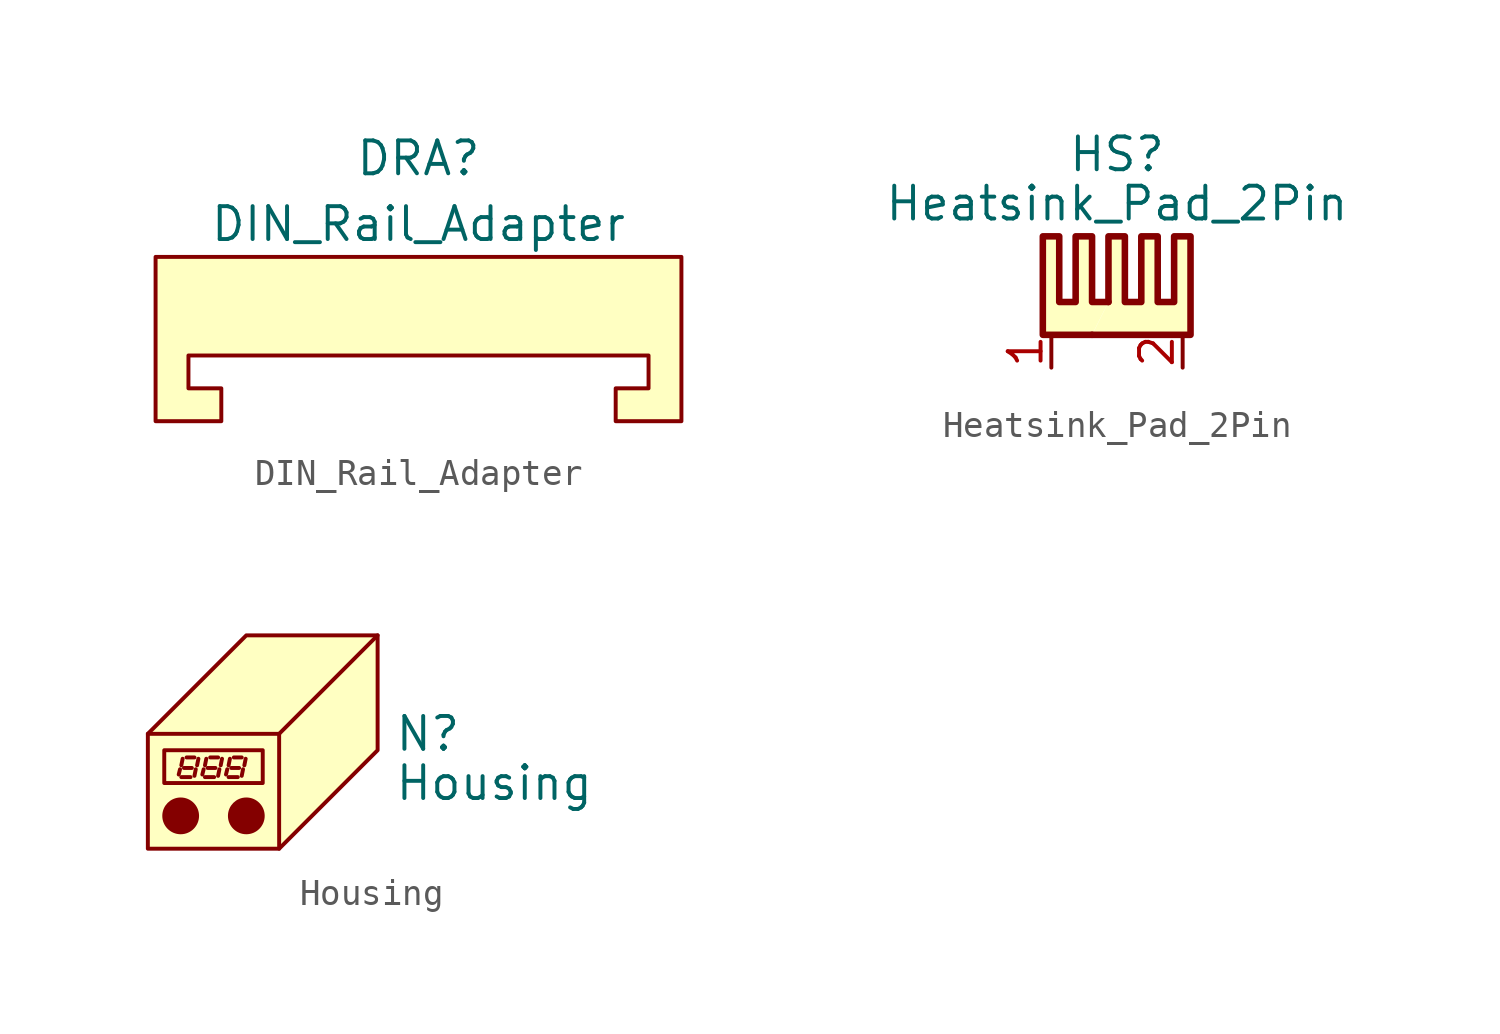
<source format=kicad_sym>
(kicad_symbol_lib
  (version 20231120)
  (generator "kicad_symbol_editor")
  (generator_version "8.0")
  (symbol "DIN_Rail_Adapter"
    (property "Reference" "DRA"
      (at 0 6.35 0)
      (effects (font (size 1.27 1.27))))
    (property "Value" "DIN_Rail_Adapter"
      (at 0 3.81 0)
      (effects (font (size 1.27 1.27))))
    (symbol "DIN_Rail_Adapter_0_1"
      (polyline (pts (xy 10.16 2.54) (xy -10.16 2.54) (xy -10.16 -3.81) (xy -7.62 -3.81) (xy -7.62 -2.54) (xy -8.89 -2.54) (xy -8.89 -1.27) (xy 8.89 -1.27) (xy 8.89 -2.54) (xy 7.62 -2.54) (xy 7.62 -3.81) (xy 10.16 -3.81) (xy 10.16 2.54) (xy -10.16 2.54)) (stroke (width 0) (type default)) (fill (type background)))))
  (symbol "Heatsink_Pad_2Pin"
    (pin_names
      (offset 0))
    (property "Reference" "HS"
      (at 0 5.715 0)
      (effects (font (size 1.27 1.27))))
    (property "Value" "Heatsink_Pad_2Pin"
      (at 0 3.81 0)
      (effects (font (size 1.27 1.27))))
    (symbol "Heatsink_Pad_2Pin_0_1"
      (polyline (pts (xy -0.33 0) (xy -0.965 0) (xy -0.965 2.54) (xy -1.6 2.54) (xy -1.6 0) (xy -2.235 0) (xy -2.235 2.54) (xy -2.87 2.54) (xy -2.87 -1.27) (xy -0.965 -1.27)) (stroke (width 0.254) (type default)) (fill (type background)))
      (polyline (pts (xy -0.33 0) (xy -0.33 2.54) (xy 0.305 2.54) (xy 0.305 0) (xy 0.94 0) (xy 0.94 2.54) (xy 1.575 2.54) (xy 1.575 0) (xy 2.21 0) (xy 2.21 2.54) (xy 2.845 2.54) (xy 2.845 -1.27) (xy -0.965 -1.27)) (stroke (width 0.254) (type default)) (fill (type background))))
    (symbol "Heatsink_Pad_2Pin_1_1"
      (pin passive line (at -2.54 -2.54 90) (length 1.27) (name "~" (effects (font (size 1.27 1.27)))) (number "1" (effects (font (size 1.27 1.27)))))
      (pin passive line (at 2.54 -2.54 90) (length 1.27) (name "~" (effects (font (size 1.27 1.27)))) (number "2" (effects (font (size 1.27 1.27)))))))
  (symbol "Housing"
    (pin_names
      (offset 1.016))
    (property "Reference" "N"
      (at 3.81 0 0)
      (effects (font (size 1.27 1.27)) (justify left)))
    (property "Value" "Housing"
      (at 3.81 -1.905 0)
      (effects (font (size 1.27 1.27)) (justify left)))
    (symbol "Housing_0_1"
      (rectangle (start -5.08 -0.635) (end -1.27 -1.905) (stroke (width 0) (type default)) (fill (type none)))
      (circle (center -4.445 -3.175) (radius 0.635) (stroke (width 0) (type default)) (fill (type outline)))
      (circle (center -1.905 -3.175) (radius 0.635) (stroke (width 0) (type default)) (fill (type outline)))
      (polyline (pts (xy -4.521 -1.575) (xy -4.47 -1.372)) (stroke (width 0) (type default)) (fill (type none)))
      (polyline (pts (xy -4.42 -1.676) (xy -4.064 -1.676)) (stroke (width 0) (type default)) (fill (type none)))
      (polyline (pts (xy -4.42 -1.219) (xy -4.369 -0.965)) (stroke (width 0) (type default)) (fill (type none)))
      (polyline (pts (xy -4.318 -1.321) (xy -4.013 -1.321)) (stroke (width 0) (type default)) (fill (type none)))
      (polyline (pts (xy -4.216 -0.914) (xy -3.912 -0.914)) (stroke (width 0) (type default)) (fill (type none)))
      (polyline (pts (xy -3.912 -1.626) (xy -3.861 -1.372)) (stroke (width 0) (type default)) (fill (type none)))
      (polyline (pts (xy -3.81 -1.219) (xy -3.759 -0.965)) (stroke (width 0) (type default)) (fill (type none)))
      (polyline (pts (xy -3.607 -1.575) (xy -3.556 -1.372)) (stroke (width 0) (type default)) (fill (type none)))
      (polyline (pts (xy -3.505 -1.676) (xy -3.15 -1.676)) (stroke (width 0) (type default)) (fill (type none)))
      (polyline (pts (xy -3.505 -1.219) (xy -3.454 -0.965)) (stroke (width 0) (type default)) (fill (type none)))
      (polyline (pts (xy -3.404 -1.321) (xy -3.099 -1.321)) (stroke (width 0) (type default)) (fill (type none)))
      (polyline (pts (xy -3.302 -0.914) (xy -2.997 -0.914)) (stroke (width 0) (type default)) (fill (type none)))
      (polyline (pts (xy -2.997 -1.626) (xy -2.946 -1.372)) (stroke (width 0) (type default)) (fill (type none)))
      (polyline (pts (xy -2.896 -1.219) (xy -2.845 -0.965)) (stroke (width 0) (type default)) (fill (type none)))
      (polyline (pts (xy -2.692 -1.575) (xy -2.642 -1.372)) (stroke (width 0) (type default)) (fill (type none)))
      (polyline (pts (xy -2.591 -1.676) (xy -2.235 -1.676)) (stroke (width 0) (type default)) (fill (type none)))
      (polyline (pts (xy -2.591 -1.219) (xy -2.54 -0.965)) (stroke (width 0) (type default)) (fill (type none)))
      (polyline (pts (xy -2.489 -1.321) (xy -2.184 -1.321)) (stroke (width 0) (type default)) (fill (type none)))
      (polyline (pts (xy -2.388 -0.914) (xy -2.083 -0.914)) (stroke (width 0) (type default)) (fill (type none)))
      (polyline (pts (xy -2.083 -1.626) (xy -2.032 -1.372)) (stroke (width 0) (type default)) (fill (type none)))
      (polyline (pts (xy -1.981 -1.219) (xy -1.93 -0.965)) (stroke (width 0) (type default)) (fill (type none)))
      (polyline (pts (xy -0.635 0) (xy -0.635 -4.445)) (stroke (width 0) (type default)) (fill (type none)))
      (polyline (pts (xy -5.715 0) (xy -0.635 0) (xy 3.175 3.81)) (stroke (width 0) (type default)) (fill (type none)))
      (polyline (pts (xy -5.715 0) (xy -5.715 -4.445) (xy -0.635 -4.445) (xy 3.175 -0.635) (xy 3.175 3.81) (xy -1.905 3.81) (xy -5.715 0)) (stroke (width 0) (type default)) (fill (type background))))))
</source>
